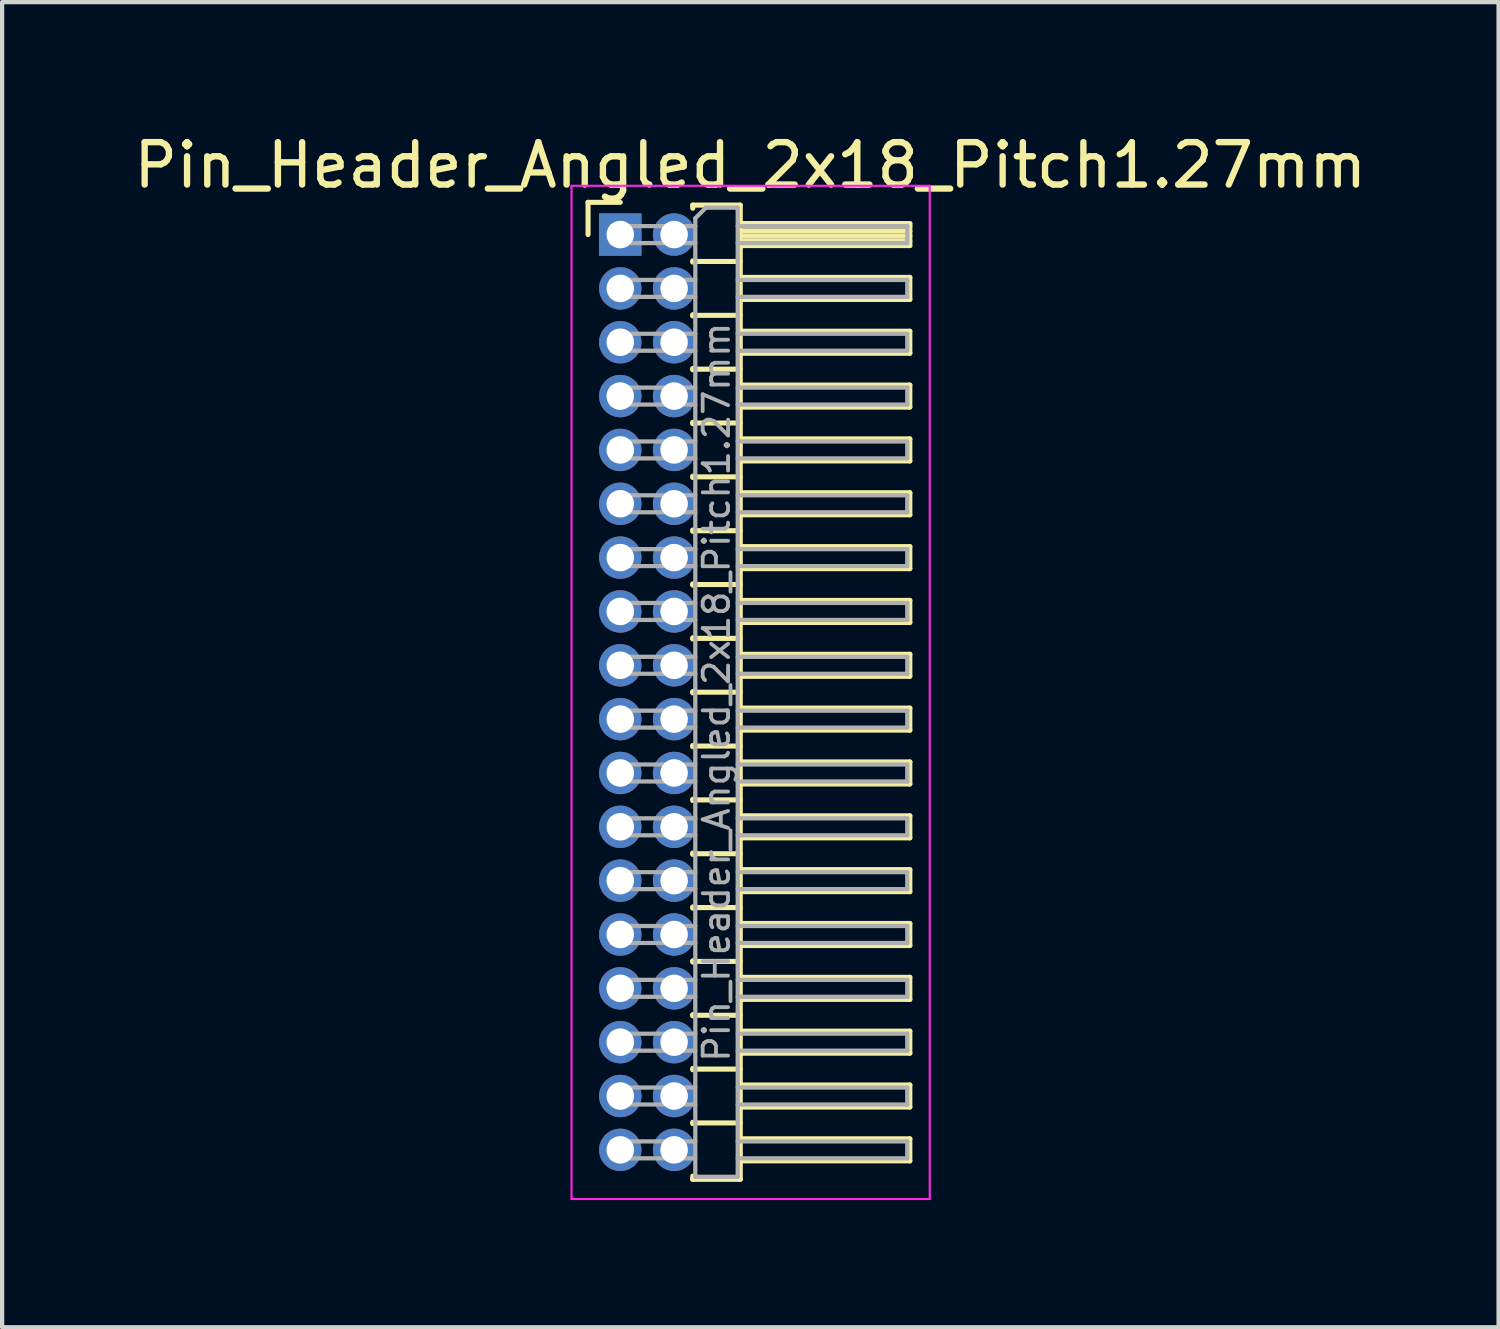
<source format=kicad_pcb>
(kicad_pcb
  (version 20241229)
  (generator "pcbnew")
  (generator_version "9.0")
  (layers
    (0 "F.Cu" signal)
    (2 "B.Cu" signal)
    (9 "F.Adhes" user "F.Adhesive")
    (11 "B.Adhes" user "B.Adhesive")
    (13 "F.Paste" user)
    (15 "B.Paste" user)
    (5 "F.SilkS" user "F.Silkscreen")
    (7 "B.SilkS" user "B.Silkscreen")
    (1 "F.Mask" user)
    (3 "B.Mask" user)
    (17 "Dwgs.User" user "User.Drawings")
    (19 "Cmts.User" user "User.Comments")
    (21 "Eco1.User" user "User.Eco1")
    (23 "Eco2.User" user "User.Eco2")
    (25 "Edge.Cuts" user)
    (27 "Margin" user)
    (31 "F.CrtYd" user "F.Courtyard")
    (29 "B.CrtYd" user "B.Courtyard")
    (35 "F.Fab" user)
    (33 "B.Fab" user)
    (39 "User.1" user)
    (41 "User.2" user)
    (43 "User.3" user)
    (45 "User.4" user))
  (footprint "Pin_Header_Angled_2x18_Pitch1.27mm"
    (layer "F.Cu")
    (at 11.581 2.483)
    (property "Reference" "Pin_Header_Angled_2x18_Pitch1.27mm" (at 3.067 -1.635 0) (layer "F.SilkS") (effects (font (size 1 1) (thickness 0.15))))
    (attr through_hole)
    (fp_line (start -0.76 -0.76) (end 0 -0.76) (stroke (width 0.12) (type solid)) (layer "F.SilkS"))
    (fp_line (start -0.76 0) (end -0.76 -0.76) (stroke (width 0.12) (type solid)) (layer "F.SilkS"))
    (fp_line (start 1.71 -0.695) (end 2.83 -0.695) (stroke (width 0.12) (type solid)) (layer "F.SilkS"))
    (fp_line (start 1.71 -0.62) (end 1.71 -0.695) (stroke (width 0.12) (type solid)) (layer "F.SilkS"))
    (fp_line (start 1.71 0.62) (end 1.71 0.65) (stroke (width 0.12) (type solid)) (layer "F.SilkS"))
    (fp_line (start 1.71 0.635) (end 2.83 0.635) (stroke (width 0.12) (type solid)) (layer "F.SilkS"))
    (fp_line (start 1.71 1.89) (end 1.71 1.92) (stroke (width 0.12) (type solid)) (layer "F.SilkS"))
    (fp_line (start 1.71 1.905) (end 2.83 1.905) (stroke (width 0.12) (type solid)) (layer "F.SilkS"))
    (fp_line (start 1.71 3.16) (end 1.71 3.19) (stroke (width 0.12) (type solid)) (layer "F.SilkS"))
    (fp_line (start 1.71 3.175) (end 2.83 3.175) (stroke (width 0.12) (type solid)) (layer "F.SilkS"))
    (fp_line (start 1.71 4.43) (end 1.71 4.46) (stroke (width 0.12) (type solid)) (layer "F.SilkS"))
    (fp_line (start 1.71 4.445) (end 2.83 4.445) (stroke (width 0.12) (type solid)) (layer "F.SilkS"))
    (fp_line (start 1.71 5.7) (end 1.71 5.73) (stroke (width 0.12) (type solid)) (layer "F.SilkS"))
    (fp_line (start 1.71 5.715) (end 2.83 5.715) (stroke (width 0.12) (type solid)) (layer "F.SilkS"))
    (fp_line (start 1.71 6.97) (end 1.71 7) (stroke (width 0.12) (type solid)) (layer "F.SilkS"))
    (fp_line (start 1.71 6.985) (end 2.83 6.985) (stroke (width 0.12) (type solid)) (layer "F.SilkS"))
    (fp_line (start 1.71 8.24) (end 1.71 8.27) (stroke (width 0.12) (type solid)) (layer "F.SilkS"))
    (fp_line (start 1.71 8.255) (end 2.83 8.255) (stroke (width 0.12) (type solid)) (layer "F.SilkS"))
    (fp_line (start 1.71 9.51) (end 1.71 9.54) (stroke (width 0.12) (type solid)) (layer "F.SilkS"))
    (fp_line (start 1.71 9.525) (end 2.83 9.525) (stroke (width 0.12) (type solid)) (layer "F.SilkS"))
    (fp_line (start 1.71 10.78) (end 1.71 10.81) (stroke (width 0.12) (type solid)) (layer "F.SilkS"))
    (fp_line (start 1.71 10.795) (end 2.83 10.795) (stroke (width 0.12) (type solid)) (layer "F.SilkS"))
    (fp_line (start 1.71 12.05) (end 1.71 12.08) (stroke (width 0.12) (type solid)) (layer "F.SilkS"))
    (fp_line (start 1.71 12.065) (end 2.83 12.065) (stroke (width 0.12) (type solid)) (layer "F.SilkS"))
    (fp_line (start 1.71 13.32) (end 1.71 13.35) (stroke (width 0.12) (type solid)) (layer "F.SilkS"))
    (fp_line (start 1.71 13.335) (end 2.83 13.335) (stroke (width 0.12) (type solid)) (layer "F.SilkS"))
    (fp_line (start 1.71 14.59) (end 1.71 14.62) (stroke (width 0.12) (type solid)) (layer "F.SilkS"))
    (fp_line (start 1.71 14.605) (end 2.83 14.605) (stroke (width 0.12) (type solid)) (layer "F.SilkS"))
    (fp_line (start 1.71 15.86) (end 1.71 15.89) (stroke (width 0.12) (type solid)) (layer "F.SilkS"))
    (fp_line (start 1.71 15.875) (end 2.83 15.875) (stroke (width 0.12) (type solid)) (layer "F.SilkS"))
    (fp_line (start 1.71 17.13) (end 1.71 17.16) (stroke (width 0.12) (type solid)) (layer "F.SilkS"))
    (fp_line (start 1.71 17.145) (end 2.83 17.145) (stroke (width 0.12) (type solid)) (layer "F.SilkS"))
    (fp_line (start 1.71 18.4) (end 1.71 18.43) (stroke (width 0.12) (type solid)) (layer "F.SilkS"))
    (fp_line (start 1.71 18.415) (end 2.83 18.415) (stroke (width 0.12) (type solid)) (layer "F.SilkS"))
    (fp_line (start 1.71 19.67) (end 1.71 19.7) (stroke (width 0.12) (type solid)) (layer "F.SilkS"))
    (fp_line (start 1.71 19.685) (end 2.83 19.685) (stroke (width 0.12) (type solid)) (layer "F.SilkS"))
    (fp_line (start 1.71 20.94) (end 1.71 20.97) (stroke (width 0.12) (type solid)) (layer "F.SilkS"))
    (fp_line (start 1.71 20.955) (end 2.83 20.955) (stroke (width 0.12) (type solid)) (layer "F.SilkS"))
    (fp_line (start 1.71 22.285) (end 1.71 22.21) (stroke (width 0.12) (type solid)) (layer "F.SilkS"))
    (fp_line (start 2.83 -0.695) (end 2.83 22.285) (stroke (width 0.12) (type solid)) (layer "F.SilkS"))
    (fp_line (start 2.83 -0.26) (end 6.83 -0.26) (stroke (width 0.12) (type solid)) (layer "F.SilkS"))
    (fp_line (start 2.83 -0.2) (end 6.83 -0.2) (stroke (width 0.12) (type solid)) (layer "F.SilkS"))
    (fp_line (start 2.83 -0.08) (end 6.83 -0.08) (stroke (width 0.12) (type solid)) (layer "F.SilkS"))
    (fp_line (start 2.83 0.04) (end 6.83 0.04) (stroke (width 0.12) (type solid)) (layer "F.SilkS"))
    (fp_line (start 2.83 0.16) (end 6.83 0.16) (stroke (width 0.12) (type solid)) (layer "F.SilkS"))
    (fp_line (start 2.83 1.01) (end 6.83 1.01) (stroke (width 0.12) (type solid)) (layer "F.SilkS"))
    (fp_line (start 2.83 2.28) (end 6.83 2.28) (stroke (width 0.12) (type solid)) (layer "F.SilkS"))
    (fp_line (start 2.83 3.55) (end 6.83 3.55) (stroke (width 0.12) (type solid)) (layer "F.SilkS"))
    (fp_line (start 2.83 4.82) (end 6.83 4.82) (stroke (width 0.12) (type solid)) (layer "F.SilkS"))
    (fp_line (start 2.83 6.09) (end 6.83 6.09) (stroke (width 0.12) (type solid)) (layer "F.SilkS"))
    (fp_line (start 2.83 7.36) (end 6.83 7.36) (stroke (width 0.12) (type solid)) (layer "F.SilkS"))
    (fp_line (start 2.83 8.63) (end 6.83 8.63) (stroke (width 0.12) (type solid)) (layer "F.SilkS"))
    (fp_line (start 2.83 9.9) (end 6.83 9.9) (stroke (width 0.12) (type solid)) (layer "F.SilkS"))
    (fp_line (start 2.83 11.17) (end 6.83 11.17) (stroke (width 0.12) (type solid)) (layer "F.SilkS"))
    (fp_line (start 2.83 12.44) (end 6.83 12.44) (stroke (width 0.12) (type solid)) (layer "F.SilkS"))
    (fp_line (start 2.83 13.71) (end 6.83 13.71) (stroke (width 0.12) (type solid)) (layer "F.SilkS"))
    (fp_line (start 2.83 14.98) (end 6.83 14.98) (stroke (width 0.12) (type solid)) (layer "F.SilkS"))
    (fp_line (start 2.83 16.25) (end 6.83 16.25) (stroke (width 0.12) (type solid)) (layer "F.SilkS"))
    (fp_line (start 2.83 17.52) (end 6.83 17.52) (stroke (width 0.12) (type solid)) (layer "F.SilkS"))
    (fp_line (start 2.83 18.79) (end 6.83 18.79) (stroke (width 0.12) (type solid)) (layer "F.SilkS"))
    (fp_line (start 2.83 20.06) (end 6.83 20.06) (stroke (width 0.12) (type solid)) (layer "F.SilkS"))
    (fp_line (start 2.83 21.33) (end 6.83 21.33) (stroke (width 0.12) (type solid)) (layer "F.SilkS"))
    (fp_line (start 2.83 22.285) (end 1.71 22.285) (stroke (width 0.12) (type solid)) (layer "F.SilkS"))
    (fp_line (start 6.83 -0.26) (end 6.83 0.26) (stroke (width 0.12) (type solid)) (layer "F.SilkS"))
    (fp_line (start 6.83 0.26) (end 2.83 0.26) (stroke (width 0.12) (type solid)) (layer "F.SilkS"))
    (fp_line (start 6.83 1.01) (end 6.83 1.53) (stroke (width 0.12) (type solid)) (layer "F.SilkS"))
    (fp_line (start 6.83 1.53) (end 2.83 1.53) (stroke (width 0.12) (type solid)) (layer "F.SilkS"))
    (fp_line (start 6.83 2.28) (end 6.83 2.8) (stroke (width 0.12) (type solid)) (layer "F.SilkS"))
    (fp_line (start 6.83 2.8) (end 2.83 2.8) (stroke (width 0.12) (type solid)) (layer "F.SilkS"))
    (fp_line (start 6.83 3.55) (end 6.83 4.07) (stroke (width 0.12) (type solid)) (layer "F.SilkS"))
    (fp_line (start 6.83 4.07) (end 2.83 4.07) (stroke (width 0.12) (type solid)) (layer "F.SilkS"))
    (fp_line (start 6.83 4.82) (end 6.83 5.34) (stroke (width 0.12) (type solid)) (layer "F.SilkS"))
    (fp_line (start 6.83 5.34) (end 2.83 5.34) (stroke (width 0.12) (type solid)) (layer "F.SilkS"))
    (fp_line (start 6.83 6.09) (end 6.83 6.61) (stroke (width 0.12) (type solid)) (layer "F.SilkS"))
    (fp_line (start 6.83 6.61) (end 2.83 6.61) (stroke (width 0.12) (type solid)) (layer "F.SilkS"))
    (fp_line (start 6.83 7.36) (end 6.83 7.88) (stroke (width 0.12) (type solid)) (layer "F.SilkS"))
    (fp_line (start 6.83 7.88) (end 2.83 7.88) (stroke (width 0.12) (type solid)) (layer "F.SilkS"))
    (fp_line (start 6.83 8.63) (end 6.83 9.15) (stroke (width 0.12) (type solid)) (layer "F.SilkS"))
    (fp_line (start 6.83 9.15) (end 2.83 9.15) (stroke (width 0.12) (type solid)) (layer "F.SilkS"))
    (fp_line (start 6.83 9.9) (end 6.83 10.42) (stroke (width 0.12) (type solid)) (layer "F.SilkS"))
    (fp_line (start 6.83 10.42) (end 2.83 10.42) (stroke (width 0.12) (type solid)) (layer "F.SilkS"))
    (fp_line (start 6.83 11.17) (end 6.83 11.69) (stroke (width 0.12) (type solid)) (layer "F.SilkS"))
    (fp_line (start 6.83 11.69) (end 2.83 11.69) (stroke (width 0.12) (type solid)) (layer "F.SilkS"))
    (fp_line (start 6.83 12.44) (end 6.83 12.96) (stroke (width 0.12) (type solid)) (layer "F.SilkS"))
    (fp_line (start 6.83 12.96) (end 2.83 12.96) (stroke (width 0.12) (type solid)) (layer "F.SilkS"))
    (fp_line (start 6.83 13.71) (end 6.83 14.23) (stroke (width 0.12) (type solid)) (layer "F.SilkS"))
    (fp_line (start 6.83 14.23) (end 2.83 14.23) (stroke (width 0.12) (type solid)) (layer "F.SilkS"))
    (fp_line (start 6.83 14.98) (end 6.83 15.5) (stroke (width 0.12) (type solid)) (layer "F.SilkS"))
    (fp_line (start 6.83 15.5) (end 2.83 15.5) (stroke (width 0.12) (type solid)) (layer "F.SilkS"))
    (fp_line (start 6.83 16.25) (end 6.83 16.77) (stroke (width 0.12) (type solid)) (layer "F.SilkS"))
    (fp_line (start 6.83 16.77) (end 2.83 16.77) (stroke (width 0.12) (type solid)) (layer "F.SilkS"))
    (fp_line (start 6.83 17.52) (end 6.83 18.04) (stroke (width 0.12) (type solid)) (layer "F.SilkS"))
    (fp_line (start 6.83 18.04) (end 2.83 18.04) (stroke (width 0.12) (type solid)) (layer "F.SilkS"))
    (fp_line (start 6.83 18.79) (end 6.83 19.31) (stroke (width 0.12) (type solid)) (layer "F.SilkS"))
    (fp_line (start 6.83 19.31) (end 2.83 19.31) (stroke (width 0.12) (type solid)) (layer "F.SilkS"))
    (fp_line (start 6.83 20.06) (end 6.83 20.58) (stroke (width 0.12) (type solid)) (layer "F.SilkS"))
    (fp_line (start 6.83 20.58) (end 2.83 20.58) (stroke (width 0.12) (type solid)) (layer "F.SilkS"))
    (fp_line (start 6.83 21.33) (end 6.83 21.85) (stroke (width 0.12) (type solid)) (layer "F.SilkS"))
    (fp_line (start 6.83 21.85) (end 2.83 21.85) (stroke (width 0.12) (type solid)) (layer "F.SilkS"))
    (fp_line (start -1.15 -1.15) (end -1.15 22.75) (stroke (width 0.05) (type solid)) (layer "F.CrtYd"))
    (fp_line (start -1.15 22.75) (end 7.3 22.75) (stroke (width 0.05) (type solid)) (layer "F.CrtYd"))
    (fp_line (start 7.3 -1.15) (end -1.15 -1.15) (stroke (width 0.05) (type solid)) (layer "F.CrtYd"))
    (fp_line (start 7.3 22.75) (end 7.3 -1.15) (stroke (width 0.05) (type solid)) (layer "F.CrtYd"))
    (fp_line (start -0.2 -0.2) (end -0.2 0.2) (stroke (width 0.1) (type solid)) (layer "F.Fab"))
    (fp_line (start -0.2 -0.2) (end 1.77 -0.2) (stroke (width 0.1) (type solid)) (layer "F.Fab"))
    (fp_line (start -0.2 0.2) (end 1.77 0.2) (stroke (width 0.1) (type solid)) (layer "F.Fab"))
    (fp_line (start -0.2 1.07) (end -0.2 1.47) (stroke (width 0.1) (type solid)) (layer "F.Fab"))
    (fp_line (start -0.2 1.07) (end 1.77 1.07) (stroke (width 0.1) (type solid)) (layer "F.Fab"))
    (fp_line (start -0.2 1.47) (end 1.77 1.47) (stroke (width 0.1) (type solid)) (layer "F.Fab"))
    (fp_line (start -0.2 2.34) (end -0.2 2.74) (stroke (width 0.1) (type solid)) (layer "F.Fab"))
    (fp_line (start -0.2 2.34) (end 1.77 2.34) (stroke (width 0.1) (type solid)) (layer "F.Fab"))
    (fp_line (start -0.2 2.74) (end 1.77 2.74) (stroke (width 0.1) (type solid)) (layer "F.Fab"))
    (fp_line (start -0.2 3.61) (end -0.2 4.01) (stroke (width 0.1) (type solid)) (layer "F.Fab"))
    (fp_line (start -0.2 3.61) (end 1.77 3.61) (stroke (width 0.1) (type solid)) (layer "F.Fab"))
    (fp_line (start -0.2 4.01) (end 1.77 4.01) (stroke (width 0.1) (type solid)) (layer "F.Fab"))
    (fp_line (start -0.2 4.88) (end -0.2 5.28) (stroke (width 0.1) (type solid)) (layer "F.Fab"))
    (fp_line (start -0.2 4.88) (end 1.77 4.88) (stroke (width 0.1) (type solid)) (layer "F.Fab"))
    (fp_line (start -0.2 5.28) (end 1.77 5.28) (stroke (width 0.1) (type solid)) (layer "F.Fab"))
    (fp_line (start -0.2 6.15) (end -0.2 6.55) (stroke (width 0.1) (type solid)) (layer "F.Fab"))
    (fp_line (start -0.2 6.15) (end 1.77 6.15) (stroke (width 0.1) (type solid)) (layer "F.Fab"))
    (fp_line (start -0.2 6.55) (end 1.77 6.55) (stroke (width 0.1) (type solid)) (layer "F.Fab"))
    (fp_line (start -0.2 7.42) (end -0.2 7.82) (stroke (width 0.1) (type solid)) (layer "F.Fab"))
    (fp_line (start -0.2 7.42) (end 1.77 7.42) (stroke (width 0.1) (type solid)) (layer "F.Fab"))
    (fp_line (start -0.2 7.82) (end 1.77 7.82) (stroke (width 0.1) (type solid)) (layer "F.Fab"))
    (fp_line (start -0.2 8.69) (end -0.2 9.09) (stroke (width 0.1) (type solid)) (layer "F.Fab"))
    (fp_line (start -0.2 8.69) (end 1.77 8.69) (stroke (width 0.1) (type solid)) (layer "F.Fab"))
    (fp_line (start -0.2 9.09) (end 1.77 9.09) (stroke (width 0.1) (type solid)) (layer "F.Fab"))
    (fp_line (start -0.2 9.96) (end -0.2 10.36) (stroke (width 0.1) (type solid)) (layer "F.Fab"))
    (fp_line (start -0.2 9.96) (end 1.77 9.96) (stroke (width 0.1) (type solid)) (layer "F.Fab"))
    (fp_line (start -0.2 10.36) (end 1.77 10.36) (stroke (width 0.1) (type solid)) (layer "F.Fab"))
    (fp_line (start -0.2 11.23) (end -0.2 11.63) (stroke (width 0.1) (type solid)) (layer "F.Fab"))
    (fp_line (start -0.2 11.23) (end 1.77 11.23) (stroke (width 0.1) (type solid)) (layer "F.Fab"))
    (fp_line (start -0.2 11.63) (end 1.77 11.63) (stroke (width 0.1) (type solid)) (layer "F.Fab"))
    (fp_line (start -0.2 12.5) (end -0.2 12.9) (stroke (width 0.1) (type solid)) (layer "F.Fab"))
    (fp_line (start -0.2 12.5) (end 1.77 12.5) (stroke (width 0.1) (type solid)) (layer "F.Fab"))
    (fp_line (start -0.2 12.9) (end 1.77 12.9) (stroke (width 0.1) (type solid)) (layer "F.Fab"))
    (fp_line (start -0.2 13.77) (end -0.2 14.17) (stroke (width 0.1) (type solid)) (layer "F.Fab"))
    (fp_line (start -0.2 13.77) (end 1.77 13.77) (stroke (width 0.1) (type solid)) (layer "F.Fab"))
    (fp_line (start -0.2 14.17) (end 1.77 14.17) (stroke (width 0.1) (type solid)) (layer "F.Fab"))
    (fp_line (start -0.2 15.04) (end -0.2 15.44) (stroke (width 0.1) (type solid)) (layer "F.Fab"))
    (fp_line (start -0.2 15.04) (end 1.77 15.04) (stroke (width 0.1) (type solid)) (layer "F.Fab"))
    (fp_line (start -0.2 15.44) (end 1.77 15.44) (stroke (width 0.1) (type solid)) (layer "F.Fab"))
    (fp_line (start -0.2 16.31) (end -0.2 16.71) (stroke (width 0.1) (type solid)) (layer "F.Fab"))
    (fp_line (start -0.2 16.31) (end 1.77 16.31) (stroke (width 0.1) (type solid)) (layer "F.Fab"))
    (fp_line (start -0.2 16.71) (end 1.77 16.71) (stroke (width 0.1) (type solid)) (layer "F.Fab"))
    (fp_line (start -0.2 17.58) (end -0.2 17.98) (stroke (width 0.1) (type solid)) (layer "F.Fab"))
    (fp_line (start -0.2 17.58) (end 1.77 17.58) (stroke (width 0.1) (type solid)) (layer "F.Fab"))
    (fp_line (start -0.2 17.98) (end 1.77 17.98) (stroke (width 0.1) (type solid)) (layer "F.Fab"))
    (fp_line (start -0.2 18.85) (end -0.2 19.25) (stroke (width 0.1) (type solid)) (layer "F.Fab"))
    (fp_line (start -0.2 18.85) (end 1.77 18.85) (stroke (width 0.1) (type solid)) (layer "F.Fab"))
    (fp_line (start -0.2 19.25) (end 1.77 19.25) (stroke (width 0.1) (type solid)) (layer "F.Fab"))
    (fp_line (start -0.2 20.12) (end -0.2 20.52) (stroke (width 0.1) (type solid)) (layer "F.Fab"))
    (fp_line (start -0.2 20.12) (end 1.77 20.12) (stroke (width 0.1) (type solid)) (layer "F.Fab"))
    (fp_line (start -0.2 20.52) (end 1.77 20.52) (stroke (width 0.1) (type solid)) (layer "F.Fab"))
    (fp_line (start -0.2 21.39) (end -0.2 21.79) (stroke (width 0.1) (type solid)) (layer "F.Fab"))
    (fp_line (start -0.2 21.39) (end 1.77 21.39) (stroke (width 0.1) (type solid)) (layer "F.Fab"))
    (fp_line (start -0.2 21.79) (end 1.77 21.79) (stroke (width 0.1) (type solid)) (layer "F.Fab"))
    (fp_line (start 1.77 -0.385) (end 2.02 -0.635) (stroke (width 0.1) (type solid)) (layer "F.Fab"))
    (fp_line (start 1.77 22.225) (end 1.77 -0.385) (stroke (width 0.1) (type solid)) (layer "F.Fab"))
    (fp_line (start 2.02 -0.635) (end 2.77 -0.635) (stroke (width 0.1) (type solid)) (layer "F.Fab"))
    (fp_line (start 2.77 -0.635) (end 2.77 22.225) (stroke (width 0.1) (type solid)) (layer "F.Fab"))
    (fp_line (start 2.77 -0.2) (end 6.77 -0.2) (stroke (width 0.1) (type solid)) (layer "F.Fab"))
    (fp_line (start 2.77 0.2) (end 6.77 0.2) (stroke (width 0.1) (type solid)) (layer "F.Fab"))
    (fp_line (start 2.77 1.07) (end 6.77 1.07) (stroke (width 0.1) (type solid)) (layer "F.Fab"))
    (fp_line (start 2.77 1.47) (end 6.77 1.47) (stroke (width 0.1) (type solid)) (layer "F.Fab"))
    (fp_line (start 2.77 2.34) (end 6.77 2.34) (stroke (width 0.1) (type solid)) (layer "F.Fab"))
    (fp_line (start 2.77 2.74) (end 6.77 2.74) (stroke (width 0.1) (type solid)) (layer "F.Fab"))
    (fp_line (start 2.77 3.61) (end 6.77 3.61) (stroke (width 0.1) (type solid)) (layer "F.Fab"))
    (fp_line (start 2.77 4.01) (end 6.77 4.01) (stroke (width 0.1) (type solid)) (layer "F.Fab"))
    (fp_line (start 2.77 4.88) (end 6.77 4.88) (stroke (width 0.1) (type solid)) (layer "F.Fab"))
    (fp_line (start 2.77 5.28) (end 6.77 5.28) (stroke (width 0.1) (type solid)) (layer "F.Fab"))
    (fp_line (start 2.77 6.15) (end 6.77 6.15) (stroke (width 0.1) (type solid)) (layer "F.Fab"))
    (fp_line (start 2.77 6.55) (end 6.77 6.55) (stroke (width 0.1) (type solid)) (layer "F.Fab"))
    (fp_line (start 2.77 7.42) (end 6.77 7.42) (stroke (width 0.1) (type solid)) (layer "F.Fab"))
    (fp_line (start 2.77 7.82) (end 6.77 7.82) (stroke (width 0.1) (type solid)) (layer "F.Fab"))
    (fp_line (start 2.77 8.69) (end 6.77 8.69) (stroke (width 0.1) (type solid)) (layer "F.Fab"))
    (fp_line (start 2.77 9.09) (end 6.77 9.09) (stroke (width 0.1) (type solid)) (layer "F.Fab"))
    (fp_line (start 2.77 9.96) (end 6.77 9.96) (stroke (width 0.1) (type solid)) (layer "F.Fab"))
    (fp_line (start 2.77 10.36) (end 6.77 10.36) (stroke (width 0.1) (type solid)) (layer "F.Fab"))
    (fp_line (start 2.77 11.23) (end 6.77 11.23) (stroke (width 0.1) (type solid)) (layer "F.Fab"))
    (fp_line (start 2.77 11.63) (end 6.77 11.63) (stroke (width 0.1) (type solid)) (layer "F.Fab"))
    (fp_line (start 2.77 12.5) (end 6.77 12.5) (stroke (width 0.1) (type solid)) (layer "F.Fab"))
    (fp_line (start 2.77 12.9) (end 6.77 12.9) (stroke (width 0.1) (type solid)) (layer "F.Fab"))
    (fp_line (start 2.77 13.77) (end 6.77 13.77) (stroke (width 0.1) (type solid)) (layer "F.Fab"))
    (fp_line (start 2.77 14.17) (end 6.77 14.17) (stroke (width 0.1) (type solid)) (layer "F.Fab"))
    (fp_line (start 2.77 15.04) (end 6.77 15.04) (stroke (width 0.1) (type solid)) (layer "F.Fab"))
    (fp_line (start 2.77 15.44) (end 6.77 15.44) (stroke (width 0.1) (type solid)) (layer "F.Fab"))
    (fp_line (start 2.77 16.31) (end 6.77 16.31) (stroke (width 0.1) (type solid)) (layer "F.Fab"))
    (fp_line (start 2.77 16.71) (end 6.77 16.71) (stroke (width 0.1) (type solid)) (layer "F.Fab"))
    (fp_line (start 2.77 17.58) (end 6.77 17.58) (stroke (width 0.1) (type solid)) (layer "F.Fab"))
    (fp_line (start 2.77 17.98) (end 6.77 17.98) (stroke (width 0.1) (type solid)) (layer "F.Fab"))
    (fp_line (start 2.77 18.85) (end 6.77 18.85) (stroke (width 0.1) (type solid)) (layer "F.Fab"))
    (fp_line (start 2.77 19.25) (end 6.77 19.25) (stroke (width 0.1) (type solid)) (layer "F.Fab"))
    (fp_line (start 2.77 20.12) (end 6.77 20.12) (stroke (width 0.1) (type solid)) (layer "F.Fab"))
    (fp_line (start 2.77 20.52) (end 6.77 20.52) (stroke (width 0.1) (type solid)) (layer "F.Fab"))
    (fp_line (start 2.77 21.39) (end 6.77 21.39) (stroke (width 0.1) (type solid)) (layer "F.Fab"))
    (fp_line (start 2.77 21.79) (end 6.77 21.79) (stroke (width 0.1) (type solid)) (layer "F.Fab"))
    (fp_line (start 2.77 22.225) (end 1.77 22.225) (stroke (width 0.1) (type solid)) (layer "F.Fab"))
    (fp_line (start 6.77 -0.2) (end 6.77 0.2) (stroke (width 0.1) (type solid)) (layer "F.Fab"))
    (fp_line (start 6.77 1.07) (end 6.77 1.47) (stroke (width 0.1) (type solid)) (layer "F.Fab"))
    (fp_line (start 6.77 2.34) (end 6.77 2.74) (stroke (width 0.1) (type solid)) (layer "F.Fab"))
    (fp_line (start 6.77 3.61) (end 6.77 4.01) (stroke (width 0.1) (type solid)) (layer "F.Fab"))
    (fp_line (start 6.77 4.88) (end 6.77 5.28) (stroke (width 0.1) (type solid)) (layer "F.Fab"))
    (fp_line (start 6.77 6.15) (end 6.77 6.55) (stroke (width 0.1) (type solid)) (layer "F.Fab"))
    (fp_line (start 6.77 7.42) (end 6.77 7.82) (stroke (width 0.1) (type solid)) (layer "F.Fab"))
    (fp_line (start 6.77 8.69) (end 6.77 9.09) (stroke (width 0.1) (type solid)) (layer "F.Fab"))
    (fp_line (start 6.77 9.96) (end 6.77 10.36) (stroke (width 0.1) (type solid)) (layer "F.Fab"))
    (fp_line (start 6.77 11.23) (end 6.77 11.63) (stroke (width 0.1) (type solid)) (layer "F.Fab"))
    (fp_line (start 6.77 12.5) (end 6.77 12.9) (stroke (width 0.1) (type solid)) (layer "F.Fab"))
    (fp_line (start 6.77 13.77) (end 6.77 14.17) (stroke (width 0.1) (type solid)) (layer "F.Fab"))
    (fp_line (start 6.77 15.04) (end 6.77 15.44) (stroke (width 0.1) (type solid)) (layer "F.Fab"))
    (fp_line (start 6.77 16.31) (end 6.77 16.71) (stroke (width 0.1) (type solid)) (layer "F.Fab"))
    (fp_line (start 6.77 17.58) (end 6.77 17.98) (stroke (width 0.1) (type solid)) (layer "F.Fab"))
    (fp_line (start 6.77 18.85) (end 6.77 19.25) (stroke (width 0.1) (type solid)) (layer "F.Fab"))
    (fp_line (start 6.77 20.12) (end 6.77 20.52) (stroke (width 0.1) (type solid)) (layer "F.Fab"))
    (fp_line (start 6.77 21.39) (end 6.77 21.79) (stroke (width 0.1) (type solid)) (layer "F.Fab"))
    (fp_text user "${REFERENCE}" (at 2.27 10.795 90) (layer "F.Fab") (effects (font (size 0.6 0.6) (thickness 0.09))))
    (pad "1" thru_hole rect (at 0 0) (size 1 1) (drill 0.65) (layers "*.Cu" "*.Mask"))
    (pad "2" thru_hole oval (at 1.27 0) (size 1 1) (drill 0.65) (layers "*.Cu" "*.Mask"))
    (pad "3" thru_hole oval (at 0 1.27) (size 1 1) (drill 0.65) (layers "*.Cu" "*.Mask"))
    (pad "4" thru_hole oval (at 1.27 1.27) (size 1 1) (drill 0.65) (layers "*.Cu" "*.Mask"))
    (pad "5" thru_hole oval (at 0 2.54) (size 1 1) (drill 0.65) (layers "*.Cu" "*.Mask"))
    (pad "6" thru_hole oval (at 1.27 2.54) (size 1 1) (drill 0.65) (layers "*.Cu" "*.Mask"))
    (pad "7" thru_hole oval (at 0 3.81) (size 1 1) (drill 0.65) (layers "*.Cu" "*.Mask"))
    (pad "8" thru_hole oval (at 1.27 3.81) (size 1 1) (drill 0.65) (layers "*.Cu" "*.Mask"))
    (pad "9" thru_hole oval (at 0 5.08) (size 1 1) (drill 0.65) (layers "*.Cu" "*.Mask"))
    (pad "10" thru_hole oval (at 1.27 5.08) (size 1 1) (drill 0.65) (layers "*.Cu" "*.Mask"))
    (pad "11" thru_hole oval (at 0 6.35) (size 1 1) (drill 0.65) (layers "*.Cu" "*.Mask"))
    (pad "12" thru_hole oval (at 1.27 6.35) (size 1 1) (drill 0.65) (layers "*.Cu" "*.Mask"))
    (pad "13" thru_hole oval (at 0 7.62) (size 1 1) (drill 0.65) (layers "*.Cu" "*.Mask"))
    (pad "14" thru_hole oval (at 1.27 7.62) (size 1 1) (drill 0.65) (layers "*.Cu" "*.Mask"))
    (pad "15" thru_hole oval (at 0 8.89) (size 1 1) (drill 0.65) (layers "*.Cu" "*.Mask"))
    (pad "16" thru_hole oval (at 1.27 8.89) (size 1 1) (drill 0.65) (layers "*.Cu" "*.Mask"))
    (pad "17" thru_hole oval (at 0 10.16) (size 1 1) (drill 0.65) (layers "*.Cu" "*.Mask"))
    (pad "18" thru_hole oval (at 1.27 10.16) (size 1 1) (drill 0.65) (layers "*.Cu" "*.Mask"))
    (pad "19" thru_hole oval (at 0 11.43) (size 1 1) (drill 0.65) (layers "*.Cu" "*.Mask"))
    (pad "20" thru_hole oval (at 1.27 11.43) (size 1 1) (drill 0.65) (layers "*.Cu" "*.Mask"))
    (pad "21" thru_hole oval (at 0 12.7) (size 1 1) (drill 0.65) (layers "*.Cu" "*.Mask"))
    (pad "22" thru_hole oval (at 1.27 12.7) (size 1 1) (drill 0.65) (layers "*.Cu" "*.Mask"))
    (pad "23" thru_hole oval (at 0 13.97) (size 1 1) (drill 0.65) (layers "*.Cu" "*.Mask"))
    (pad "24" thru_hole oval (at 1.27 13.97) (size 1 1) (drill 0.65) (layers "*.Cu" "*.Mask"))
    (pad "25" thru_hole oval (at 0 15.24) (size 1 1) (drill 0.65) (layers "*.Cu" "*.Mask"))
    (pad "26" thru_hole oval (at 1.27 15.24) (size 1 1) (drill 0.65) (layers "*.Cu" "*.Mask"))
    (pad "27" thru_hole oval (at 0 16.51) (size 1 1) (drill 0.65) (layers "*.Cu" "*.Mask"))
    (pad "28" thru_hole oval (at 1.27 16.51) (size 1 1) (drill 0.65) (layers "*.Cu" "*.Mask"))
    (pad "29" thru_hole oval (at 0 17.78) (size 1 1) (drill 0.65) (layers "*.Cu" "*.Mask"))
    (pad "30" thru_hole oval (at 1.27 17.78) (size 1 1) (drill 0.65) (layers "*.Cu" "*.Mask"))
    (pad "31" thru_hole oval (at 0 19.05) (size 1 1) (drill 0.65) (layers "*.Cu" "*.Mask"))
    (pad "32" thru_hole oval (at 1.27 19.05) (size 1 1) (drill 0.65) (layers "*.Cu" "*.Mask"))
    (pad "33" thru_hole oval (at 0 20.32) (size 1 1) (drill 0.65) (layers "*.Cu" "*.Mask"))
    (pad "34" thru_hole oval (at 1.27 20.32) (size 1 1) (drill 0.65) (layers "*.Cu" "*.Mask"))
    (pad "35" thru_hole oval (at 0 21.59) (size 1 1) (drill 0.65) (layers "*.Cu" "*.Mask"))
    (pad "36" thru_hole oval (at 1.27 21.59) (size 1 1) (drill 0.65) (layers "*.Cu" "*.Mask")))
  (gr_rect
    (start -3 -3)
    (end 32.298 28.258)
    (stroke (width 0.1) (type default))
    (fill no)
    (layer "Edge.Cuts")))
</source>
